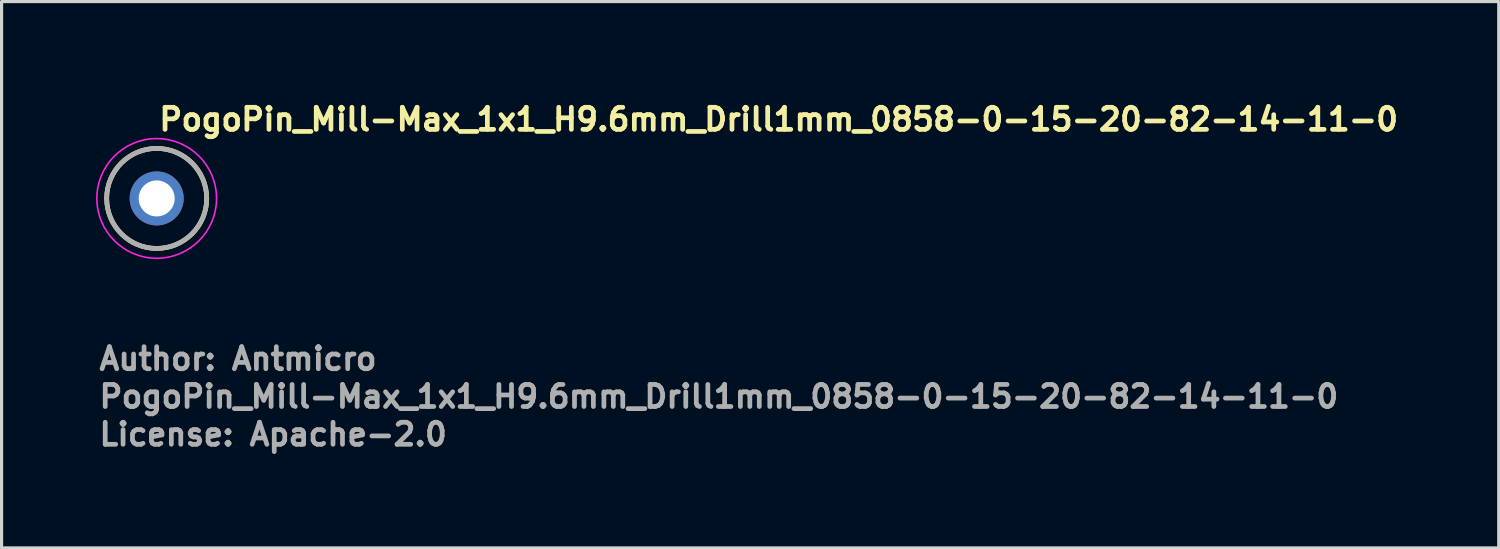
<source format=kicad_pcb>
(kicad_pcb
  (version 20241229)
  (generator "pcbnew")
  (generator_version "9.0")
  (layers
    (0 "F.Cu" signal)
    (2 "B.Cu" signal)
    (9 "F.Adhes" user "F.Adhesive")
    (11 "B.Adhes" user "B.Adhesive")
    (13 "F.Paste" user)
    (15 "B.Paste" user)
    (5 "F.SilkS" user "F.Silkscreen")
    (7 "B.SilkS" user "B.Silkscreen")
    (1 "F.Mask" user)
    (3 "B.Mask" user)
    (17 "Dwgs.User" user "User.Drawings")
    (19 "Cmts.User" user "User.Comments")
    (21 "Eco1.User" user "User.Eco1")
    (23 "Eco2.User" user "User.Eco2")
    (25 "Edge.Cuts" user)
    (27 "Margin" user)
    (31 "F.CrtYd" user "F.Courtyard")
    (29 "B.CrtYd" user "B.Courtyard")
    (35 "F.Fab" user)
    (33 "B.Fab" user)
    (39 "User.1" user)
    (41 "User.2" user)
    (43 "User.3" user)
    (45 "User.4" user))
  (footprint "PogoPin_Mill-Max_1x1_H9.6mm_Drill1mm_0858-0-15-20-82-14-11-0"
    (layer "F.Cu")
    (at 1.925 3.25)
    (property "Reference" "PogoPin_Mill-Max_1x1_H9.6mm_Drill1mm_0858-0-15-20-82-14-11-0" (at 0 -2.1 0) (layer "F.SilkS") (effects (font (size 0.7 0.7) (thickness 0.15)) (justify left bottom)))
    (attr through_hole)
    (fp_line (start -1.588 0) (end -1.588 0) (stroke (width 0.15) (type solid)) (layer "F.SilkS"))
    (fp_line (start 1.588 0) (end 1.588 0) (stroke (width 0.15) (type solid)) (layer "F.SilkS"))
    (fp_arc (start -1.588 0) (mid 0 -1.588) (end 1.588 0) (stroke (width 0.15) (type solid)) (layer "F.SilkS"))
    (fp_arc (start 1.588 0) (mid 0 1.588) (end -1.588 0) (stroke (width 0.15) (type solid)) (layer "F.SilkS"))
    (fp_circle (center 0 0) (end 1.9 0) (stroke (width 0.05) (type solid)) (fill no) (layer "F.CrtYd"))
    (fp_line (start -1.588 0) (end -1.588 0) (stroke (width 0.15) (type solid)) (layer "F.Fab"))
    (fp_line (start 1.588 0) (end 1.588 0) (stroke (width 0.15) (type solid)) (layer "F.Fab"))
    (fp_arc (start -1.588 0) (mid 0 -1.588) (end 1.588 0) (stroke (width 0.15) (type solid)) (layer "F.Fab"))
    (fp_arc (start 1.588 0) (mid 0 1.588) (end -1.588 0) (stroke (width 0.15) (type solid)) (layer "F.Fab"))
    (fp_rect (start -1.588 -1.588) (end 1.588 1.588) (stroke (width 0.1) (type solid)) (fill no) (layer "User.5"))
    (fp_line (start -1.588 0) (end -1.584 0.106) (stroke (width 0.02) (type solid)) (layer "User.9"))
    (fp_line (start -1.587 -0.053) (end -1.588 0) (stroke (width 0.02) (type solid)) (layer "User.9"))
    (fp_line (start -1.584 -0.106) (end -1.587 -0.053) (stroke (width 0.02) (type solid)) (layer "User.9"))
    (fp_line (start -1.584 0.106) (end -1.574 0.21) (stroke (width 0.02) (type solid)) (layer "User.9"))
    (fp_line (start -1.58 -0.158) (end -1.584 -0.106) (stroke (width 0.02) (type solid)) (layer "User.9"))
    (fp_line (start -1.574 -0.21) (end -1.58 -0.158) (stroke (width 0.02) (type solid)) (layer "User.9"))
    (fp_line (start -1.574 0.21) (end -1.557 0.313) (stroke (width 0.02) (type solid)) (layer "User.9"))
    (fp_line (start -1.566 -0.262) (end -1.574 -0.21) (stroke (width 0.02) (type solid)) (layer "User.9"))
    (fp_line (start -1.557 -0.313) (end -1.566 -0.262) (stroke (width 0.02) (type solid)) (layer "User.9"))
    (fp_line (start -1.557 0.313) (end -1.533 0.414) (stroke (width 0.02) (type solid)) (layer "User.9"))
    (fp_line (start -1.546 -0.364) (end -1.557 -0.313) (stroke (width 0.02) (type solid)) (layer "User.9"))
    (fp_line (start -1.533 -0.414) (end -1.546 -0.364) (stroke (width 0.02) (type solid)) (layer "User.9"))
    (fp_line (start -1.533 0.414) (end -1.503 0.513) (stroke (width 0.02) (type solid)) (layer "User.9"))
    (fp_line (start -1.519 -0.464) (end -1.533 -0.414) (stroke (width 0.02) (type solid)) (layer "User.9"))
    (fp_line (start -1.503 -0.513) (end -1.519 -0.464) (stroke (width 0.02) (type solid)) (layer "User.9"))
    (fp_line (start -1.503 0.513) (end -1.466 0.61) (stroke (width 0.02) (type solid)) (layer "User.9"))
    (fp_line (start -1.485 -0.562) (end -1.503 -0.513) (stroke (width 0.02) (type solid)) (layer "User.9"))
    (fp_line (start -1.466 -0.61) (end -1.485 -0.562) (stroke (width 0.02) (type solid)) (layer "User.9"))
    (fp_line (start -1.466 0.61) (end -1.424 0.703) (stroke (width 0.02) (type solid)) (layer "User.9"))
    (fp_line (start -1.446 -0.657) (end -1.466 -0.61) (stroke (width 0.02) (type solid)) (layer "User.9"))
    (fp_line (start -1.424 -0.703) (end -1.446 -0.657) (stroke (width 0.02) (type solid)) (layer "User.9"))
    (fp_line (start -1.424 0.703) (end -1.375 0.794) (stroke (width 0.02) (type solid)) (layer "User.9"))
    (fp_line (start -1.4 -0.749) (end -1.424 -0.703) (stroke (width 0.02) (type solid)) (layer "User.9"))
    (fp_line (start -1.375 -0.794) (end -1.4 -0.749) (stroke (width 0.02) (type solid)) (layer "User.9"))
    (fp_line (start -1.375 0.794) (end -1.321 0.881) (stroke (width 0.02) (type solid)) (layer "User.9"))
    (fp_line (start -1.349 -0.838) (end -1.375 -0.794) (stroke (width 0.02) (type solid)) (layer "User.9"))
    (fp_line (start -1.321 -0.881) (end -1.349 -0.838) (stroke (width 0.02) (type solid)) (layer "User.9"))
    (fp_line (start -1.321 0.881) (end -1.261 0.965) (stroke (width 0.02) (type solid)) (layer "User.9"))
    (fp_line (start -1.292 -0.924) (end -1.321 -0.881) (stroke (width 0.02) (type solid)) (layer "User.9"))
    (fp_line (start -1.261 -0.965) (end -1.292 -0.924) (stroke (width 0.02) (type solid)) (layer "User.9"))
    (fp_line (start -1.261 0.965) (end -1.196 1.045) (stroke (width 0.02) (type solid)) (layer "User.9"))
    (fp_line (start -1.229 -1.005) (end -1.261 -0.965) (stroke (width 0.02) (type solid)) (layer "User.9"))
    (fp_line (start -1.196 -1.045) (end -1.229 -1.005) (stroke (width 0.02) (type solid)) (layer "User.9"))
    (fp_line (start -1.196 1.045) (end -1.125 1.12) (stroke (width 0.02) (type solid)) (layer "User.9"))
    (fp_line (start -1.161 -1.083) (end -1.196 -1.045) (stroke (width 0.02) (type solid)) (layer "User.9"))
    (fp_line (start -1.125 -1.12) (end -1.161 -1.083) (stroke (width 0.02) (type solid)) (layer "User.9"))
    (fp_line (start -1.125 1.12) (end -1.05 1.192) (stroke (width 0.02) (type solid)) (layer "User.9"))
    (fp_line (start -1.088 -1.157) (end -1.125 -1.12) (stroke (width 0.02) (type solid)) (layer "User.9"))
    (fp_line (start -1.05 -1.192) (end -1.088 -1.157) (stroke (width 0.02) (type solid)) (layer "User.9"))
    (fp_line (start -1.05 1.192) (end -0.969 1.258) (stroke (width 0.02) (type solid)) (layer "User.9"))
    (fp_line (start -1.01 -1.225) (end -1.05 -1.192) (stroke (width 0.02) (type solid)) (layer "User.9"))
    (fp_line (start -0.969 -1.258) (end -1.01 -1.225) (stroke (width 0.02) (type solid)) (layer "User.9"))
    (fp_line (start -0.969 1.258) (end -0.884 1.319) (stroke (width 0.02) (type solid)) (layer "User.9"))
    (fp_line (start -0.927 -1.289) (end -0.969 -1.258) (stroke (width 0.02) (type solid)) (layer "User.9"))
    (fp_line (start -0.884 -1.319) (end -0.927 -1.289) (stroke (width 0.02) (type solid)) (layer "User.9"))
    (fp_line (start -0.884 1.319) (end -0.794 1.375) (stroke (width 0.02) (type solid)) (layer "User.9"))
    (fp_line (start -0.84 -1.348) (end -0.884 -1.319) (stroke (width 0.02) (type solid)) (layer "User.9"))
    (fp_line (start -0.794 -1.375) (end -0.84 -1.348) (stroke (width 0.02) (type solid)) (layer "User.9"))
    (fp_line (start -0.794 -1.375) (end -0.794 -1.375) (stroke (width 0.02) (type solid)) (layer "User.9"))
    (fp_line (start -0.794 1.375) (end -0.794 1.375) (stroke (width 0.02) (type solid)) (layer "User.9"))
    (fp_line (start -0.794 1.375) (end -0.701 1.425) (stroke (width 0.02) (type solid)) (layer "User.9"))
    (fp_line (start -0.701 -1.425) (end -0.794 -1.375) (stroke (width 0.02) (type solid)) (layer "User.9"))
    (fp_line (start -0.701 1.425) (end -0.605 1.468) (stroke (width 0.02) (type solid)) (layer "User.9"))
    (fp_line (start -0.605 -1.468) (end -0.701 -1.425) (stroke (width 0.02) (type solid)) (layer "User.9"))
    (fp_line (start -0.605 1.468) (end -0.507 1.505) (stroke (width 0.02) (type solid)) (layer "User.9"))
    (fp_line (start -0.507 -1.505) (end -0.605 -1.468) (stroke (width 0.02) (type solid)) (layer "User.9"))
    (fp_line (start -0.507 1.505) (end -0.408 1.535) (stroke (width 0.02) (type solid)) (layer "User.9"))
    (fp_line (start -0.408 -1.535) (end -0.507 -1.505) (stroke (width 0.02) (type solid)) (layer "User.9"))
    (fp_line (start -0.408 1.535) (end -0.307 1.558) (stroke (width 0.02) (type solid)) (layer "User.9"))
    (fp_line (start -0.307 -1.558) (end -0.408 -1.535) (stroke (width 0.02) (type solid)) (layer "User.9"))
    (fp_line (start -0.307 1.558) (end -0.205 1.575) (stroke (width 0.02) (type solid)) (layer "User.9"))
    (fp_line (start -0.205 -1.575) (end -0.307 -1.558) (stroke (width 0.02) (type solid)) (layer "User.9"))
    (fp_line (start -0.205 1.575) (end -0.103 1.585) (stroke (width 0.02) (type solid)) (layer "User.9"))
    (fp_line (start -0.103 -1.585) (end -0.205 -1.575) (stroke (width 0.02) (type solid)) (layer "User.9"))
    (fp_line (start -0.103 1.585) (end 0 1.588) (stroke (width 0.02) (type solid)) (layer "User.9"))
    (fp_line (start 0 -1.588) (end -0.103 -1.585) (stroke (width 0.02) (type solid)) (layer "User.9"))
    (fp_line (start 0 1.588) (end 0.103 1.585) (stroke (width 0.02) (type solid)) (layer "User.9"))
    (fp_line (start 0.103 -1.585) (end 0 -1.588) (stroke (width 0.02) (type solid)) (layer "User.9"))
    (fp_line (start 0.103 1.585) (end 0.205 1.575) (stroke (width 0.02) (type solid)) (layer "User.9"))
    (fp_line (start 0.205 -1.575) (end 0.103 -1.585) (stroke (width 0.02) (type solid)) (layer "User.9"))
    (fp_line (start 0.205 1.575) (end 0.307 1.558) (stroke (width 0.02) (type solid)) (layer "User.9"))
    (fp_line (start 0.307 -1.558) (end 0.205 -1.575) (stroke (width 0.02) (type solid)) (layer "User.9"))
    (fp_line (start 0.307 1.558) (end 0.408 1.535) (stroke (width 0.02) (type solid)) (layer "User.9"))
    (fp_line (start 0.408 -1.535) (end 0.307 -1.558) (stroke (width 0.02) (type solid)) (layer "User.9"))
    (fp_line (start 0.408 1.535) (end 0.507 1.505) (stroke (width 0.02) (type solid)) (layer "User.9"))
    (fp_line (start 0.507 -1.505) (end 0.408 -1.535) (stroke (width 0.02) (type solid)) (layer "User.9"))
    (fp_line (start 0.507 1.505) (end 0.605 1.468) (stroke (width 0.02) (type solid)) (layer "User.9"))
    (fp_line (start 0.605 -1.468) (end 0.507 -1.505) (stroke (width 0.02) (type solid)) (layer "User.9"))
    (fp_line (start 0.605 1.468) (end 0.701 1.425) (stroke (width 0.02) (type solid)) (layer "User.9"))
    (fp_line (start 0.701 -1.425) (end 0.605 -1.468) (stroke (width 0.02) (type solid)) (layer "User.9"))
    (fp_line (start 0.701 1.425) (end 0.794 1.375) (stroke (width 0.02) (type solid)) (layer "User.9"))
    (fp_line (start 0.794 -1.375) (end 0.701 -1.425) (stroke (width 0.02) (type solid)) (layer "User.9"))
    (fp_line (start 0.794 -1.375) (end 0.794 -1.375) (stroke (width 0.02) (type solid)) (layer "User.9"))
    (fp_line (start 0.794 1.375) (end 0.794 1.375) (stroke (width 0.02) (type solid)) (layer "User.9"))
    (fp_line (start 0.794 1.375) (end 0.84 1.348) (stroke (width 0.02) (type solid)) (layer "User.9"))
    (fp_line (start 0.84 1.348) (end 0.884 1.319) (stroke (width 0.02) (type solid)) (layer "User.9"))
    (fp_line (start 0.884 -1.319) (end 0.794 -1.375) (stroke (width 0.02) (type solid)) (layer "User.9"))
    (fp_line (start 0.884 1.319) (end 0.927 1.289) (stroke (width 0.02) (type solid)) (layer "User.9"))
    (fp_line (start 0.927 1.289) (end 0.969 1.258) (stroke (width 0.02) (type solid)) (layer "User.9"))
    (fp_line (start 0.969 -1.258) (end 0.884 -1.319) (stroke (width 0.02) (type solid)) (layer "User.9"))
    (fp_line (start 0.969 1.258) (end 1.01 1.225) (stroke (width 0.02) (type solid)) (layer "User.9"))
    (fp_line (start 1.01 1.225) (end 1.05 1.192) (stroke (width 0.02) (type solid)) (layer "User.9"))
    (fp_line (start 1.05 -1.192) (end 0.969 -1.258) (stroke (width 0.02) (type solid)) (layer "User.9"))
    (fp_line (start 1.05 1.192) (end 1.088 1.157) (stroke (width 0.02) (type solid)) (layer "User.9"))
    (fp_line (start 1.088 1.157) (end 1.125 1.12) (stroke (width 0.02) (type solid)) (layer "User.9"))
    (fp_line (start 1.125 -1.12) (end 1.05 -1.192) (stroke (width 0.02) (type solid)) (layer "User.9"))
    (fp_line (start 1.125 1.12) (end 1.161 1.083) (stroke (width 0.02) (type solid)) (layer "User.9"))
    (fp_line (start 1.161 1.083) (end 1.196 1.045) (stroke (width 0.02) (type solid)) (layer "User.9"))
    (fp_line (start 1.196 -1.045) (end 1.125 -1.12) (stroke (width 0.02) (type solid)) (layer "User.9"))
    (fp_line (start 1.196 1.045) (end 1.229 1.005) (stroke (width 0.02) (type solid)) (layer "User.9"))
    (fp_line (start 1.229 1.005) (end 1.261 0.965) (stroke (width 0.02) (type solid)) (layer "User.9"))
    (fp_line (start 1.261 -0.965) (end 1.196 -1.045) (stroke (width 0.02) (type solid)) (layer "User.9"))
    (fp_line (start 1.261 0.965) (end 1.292 0.924) (stroke (width 0.02) (type solid)) (layer "User.9"))
    (fp_line (start 1.292 0.924) (end 1.321 0.881) (stroke (width 0.02) (type solid)) (layer "User.9"))
    (fp_line (start 1.321 -0.881) (end 1.261 -0.965) (stroke (width 0.02) (type solid)) (layer "User.9"))
    (fp_line (start 1.321 0.881) (end 1.349 0.838) (stroke (width 0.02) (type solid)) (layer "User.9"))
    (fp_line (start 1.349 0.838) (end 1.375 0.794) (stroke (width 0.02) (type solid)) (layer "User.9"))
    (fp_line (start 1.375 -0.794) (end 1.321 -0.881) (stroke (width 0.02) (type solid)) (layer "User.9"))
    (fp_line (start 1.375 0.794) (end 1.4 0.749) (stroke (width 0.02) (type solid)) (layer "User.9"))
    (fp_line (start 1.4 0.749) (end 1.424 0.703) (stroke (width 0.02) (type solid)) (layer "User.9"))
    (fp_line (start 1.424 -0.703) (end 1.375 -0.794) (stroke (width 0.02) (type solid)) (layer "User.9"))
    (fp_line (start 1.424 0.703) (end 1.446 0.657) (stroke (width 0.02) (type solid)) (layer "User.9"))
    (fp_line (start 1.446 0.657) (end 1.466 0.61) (stroke (width 0.02) (type solid)) (layer "User.9"))
    (fp_line (start 1.466 -0.61) (end 1.424 -0.703) (stroke (width 0.02) (type solid)) (layer "User.9"))
    (fp_line (start 1.466 0.61) (end 1.485 0.562) (stroke (width 0.02) (type solid)) (layer "User.9"))
    (fp_line (start 1.485 0.562) (end 1.503 0.513) (stroke (width 0.02) (type solid)) (layer "User.9"))
    (fp_line (start 1.503 -0.513) (end 1.466 -0.61) (stroke (width 0.02) (type solid)) (layer "User.9"))
    (fp_line (start 1.503 0.513) (end 1.519 0.464) (stroke (width 0.02) (type solid)) (layer "User.9"))
    (fp_line (start 1.519 0.464) (end 1.533 0.414) (stroke (width 0.02) (type solid)) (layer "User.9"))
    (fp_line (start 1.533 -0.414) (end 1.503 -0.513) (stroke (width 0.02) (type solid)) (layer "User.9"))
    (fp_line (start 1.533 0.414) (end 1.546 0.364) (stroke (width 0.02) (type solid)) (layer "User.9"))
    (fp_line (start 1.546 0.364) (end 1.557 0.313) (stroke (width 0.02) (type solid)) (layer "User.9"))
    (fp_line (start 1.557 -0.313) (end 1.533 -0.414) (stroke (width 0.02) (type solid)) (layer "User.9"))
    (fp_line (start 1.557 0.313) (end 1.566 0.262) (stroke (width 0.02) (type solid)) (layer "User.9"))
    (fp_line (start 1.566 0.262) (end 1.574 0.21) (stroke (width 0.02) (type solid)) (layer "User.9"))
    (fp_line (start 1.574 -0.21) (end 1.557 -0.313) (stroke (width 0.02) (type solid)) (layer "User.9"))
    (fp_line (start 1.574 0.21) (end 1.58 0.158) (stroke (width 0.02) (type solid)) (layer "User.9"))
    (fp_line (start 1.58 0.158) (end 1.584 0.106) (stroke (width 0.02) (type solid)) (layer "User.9"))
    (fp_line (start 1.584 -0.106) (end 1.574 -0.21) (stroke (width 0.02) (type solid)) (layer "User.9"))
    (fp_line (start 1.584 0.106) (end 1.587 0.053) (stroke (width 0.02) (type solid)) (layer "User.9"))
    (fp_line (start 1.587 0.053) (end 1.588 0) (stroke (width 0.02) (type solid)) (layer "User.9"))
    (fp_line (start 1.588 0) (end 1.584 -0.106) (stroke (width 0.02) (type solid)) (layer "User.9"))
    (fp_text user "Author: Antmicro" (at -1.9 5.5 0) (layer "F.Fab") (effects (font (size 0.7 0.7) (thickness 0.15)) (justify left bottom)))
    (fp_text user "${REFERENCE}" (at -1.9 6.7 0) (layer "F.Fab") (effects (font (size 0.7 0.7) (thickness 0.15)) (justify left bottom)))
    (fp_text user "License: Apache-2.0" (at -1.9 7.9 0) (layer "F.Fab") (effects (font (size 0.7 0.7) (thickness 0.15)) (justify left bottom)))
    (pad "1" thru_hole circle (at 0 0) (size 1.715 1.715) (drill 1.143) (layers "*.Cu" "*.Mask")))
  (gr_rect
    (start -3 -3)
    (end 44.535 14.345)
    (stroke (width 0.1) (type default))
    (fill no)
    (layer "Edge.Cuts")))
</source>
